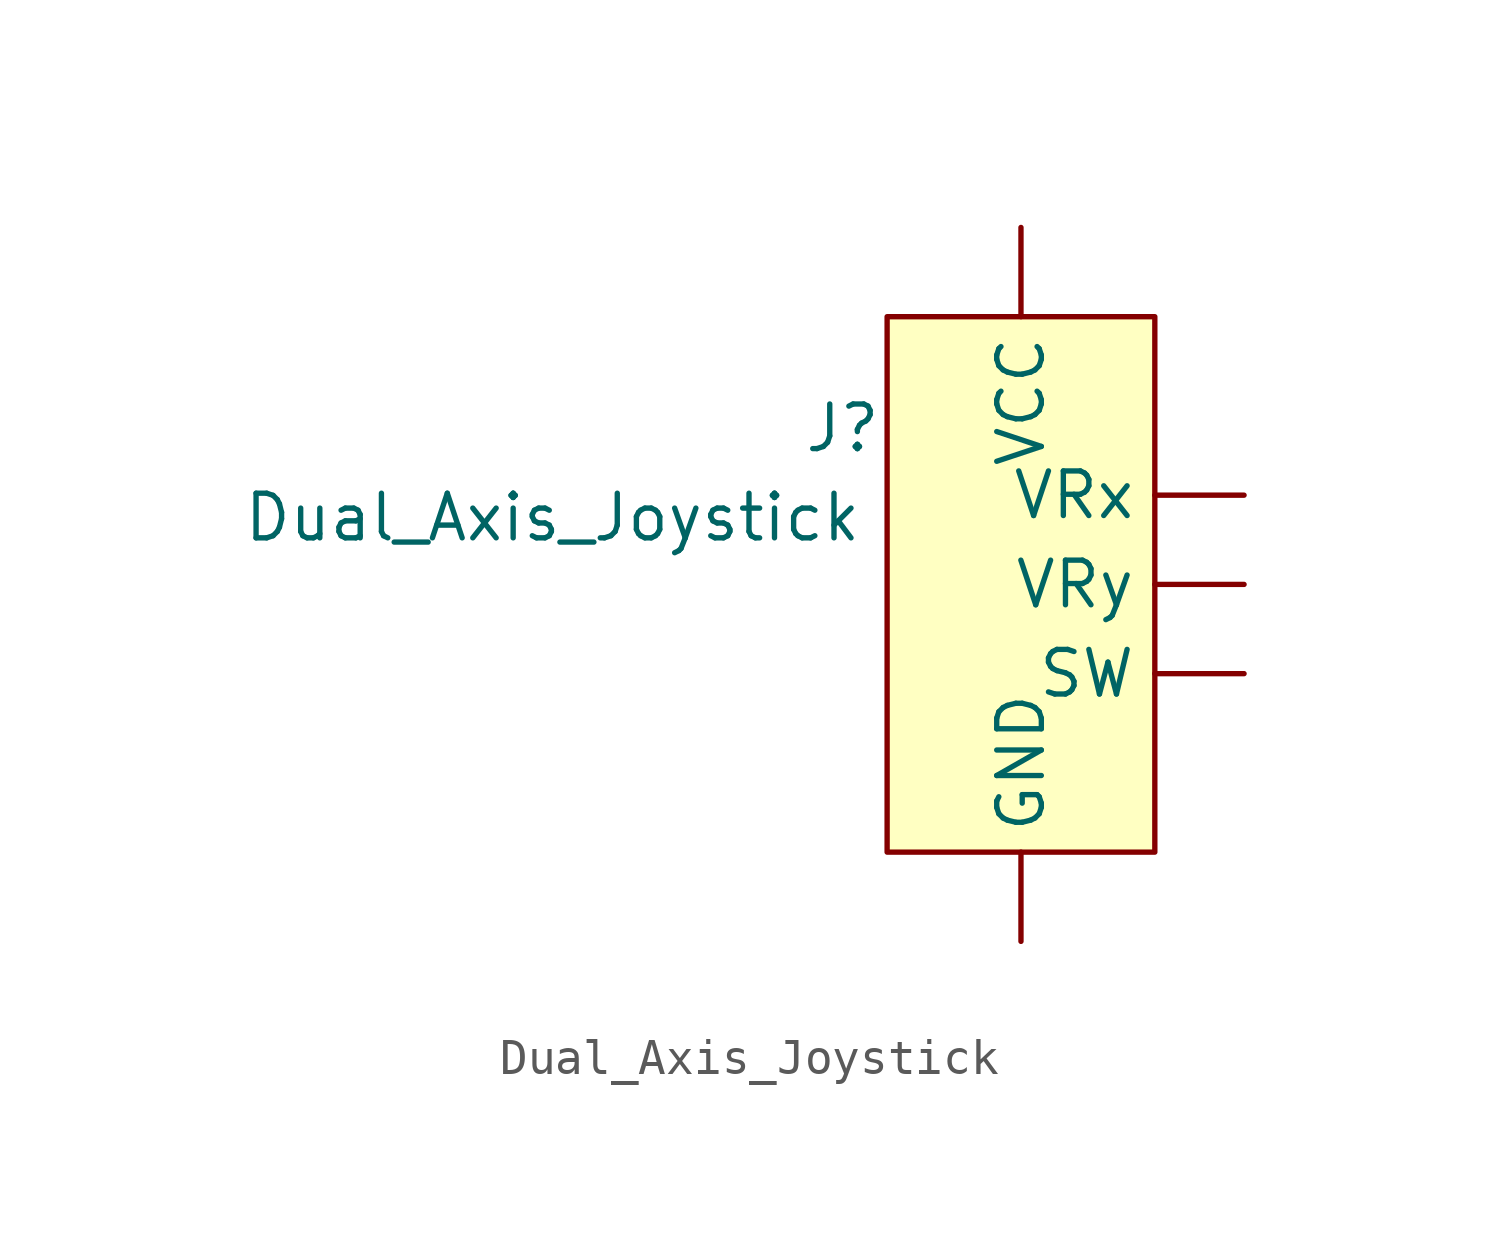
<source format=kicad_sym>
(kicad_symbol_lib
  (version 20220914)
  (generator kicad_symbol_editor)
  (symbol "Dual_Axis_Joystick"
    (property "Reference" "J"
      (at -5.08 -4.445 0)
      (effects (font (size 1.27 1.27))))
    (property "Value" "Dual_Axis_Joystick"
      (at -13.335 -6.985 0)
      (effects (font (size 1.27 1.27))))
    (symbol "Dual_Axis_Joystick_1_1"
      (rectangle (start -3.81 -1.27) (end 3.81 -16.51) (stroke (width 0) (type default)) (fill (type background)))
      (pin power_out line (at 0 -19.05 90) (length 2.54) (name "GND" (effects (font (size 1.27 1.27)))) (number "" (effects (font (size 1.27 1.27)))))
      (pin output line (at 6.35 -11.43 180) (length 2.54) (name "SW" (effects (font (size 1.27 1.27)))) (number "" (effects (font (size 1.27 1.27)))))
      (pin power_in line (at 0 1.27 270) (length 2.54) (name "VCC" (effects (font (size 1.27 1.27)))) (number "" (effects (font (size 1.27 1.27)))))
      (pin output line (at 6.35 -6.35 180) (length 2.54) (name "VRx" (effects (font (size 1.27 1.27)))) (number "" (effects (font (size 1.27 1.27)))))
      (pin output line (at 6.35 -8.89 180) (length 2.54) (name "VRy" (effects (font (size 1.27 1.27)))) (number "" (effects (font (size 1.27 1.27))))))))
</source>
